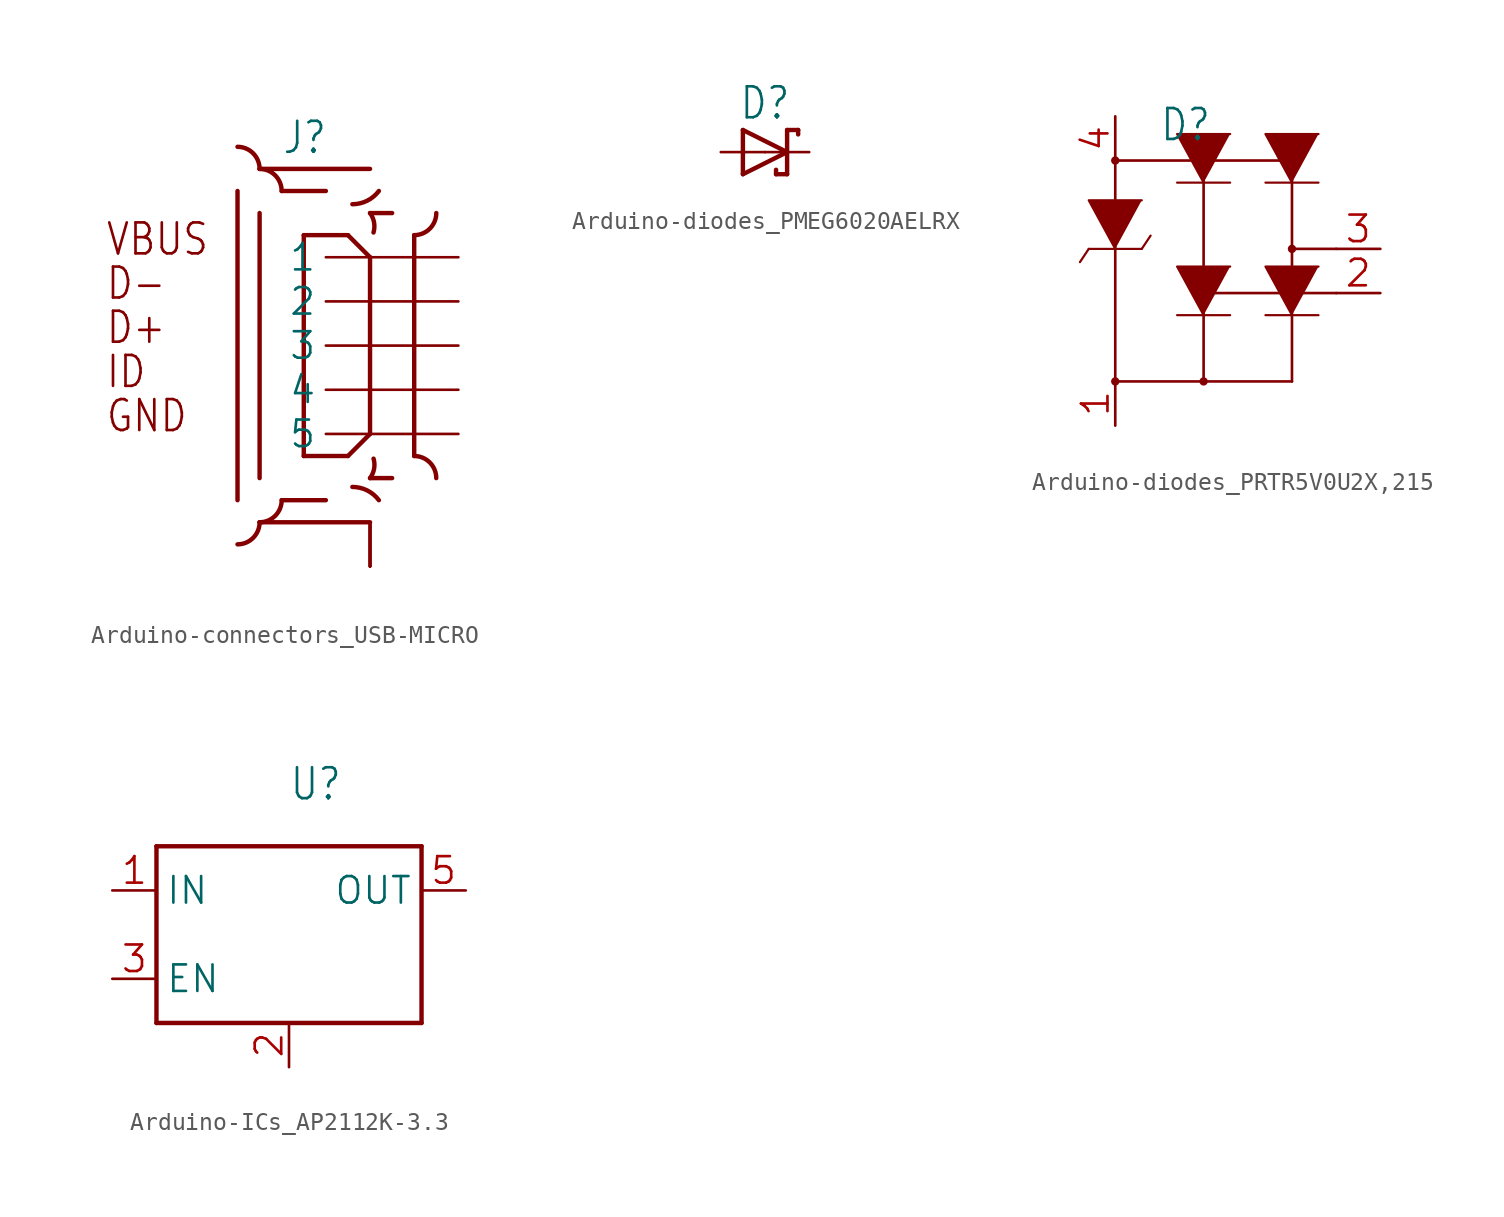
<source format=kicad_sym>
(kicad_symbol_lib
  (version 20241209)
  (generator "kicad_symbol_editor")
  (generator_version "9.0")
  (symbol "Arduino-connectors_USB-MICRO"
    (property "Reference" "J"
      (at -2.54 10.922 0)
      (effects (font (size 1.778 1.511)) (justify left bottom)))
    (property "ki_locked" ""
      (at 0 0 0)
      (effects (font (size 1.27 1.27))))
    (symbol "Arduino-connectors_USB-MICRO_1_0"
      (arc (start -5.08 11.43) (mid -4.182 11.058) (end -3.81 10.16) (stroke (width 0.254) (type solid)) (fill (type none)))
      (arc (start -3.81 -10.16) (mid -4.182 -11.058) (end -5.08 -11.43) (stroke (width 0.254) (type solid)) (fill (type none)))
      (polyline (pts (xy -5.08 -8.89) (xy -5.08 8.89)) (stroke (width 0.254) (type solid)) (fill (type none)))
      (arc (start -3.81 10.16) (mid -2.912 9.788) (end -2.54 8.89) (stroke (width 0.254) (type solid)) (fill (type none)))
      (arc (start -2.54 -8.89) (mid -2.912 -9.788) (end -3.81 -10.16) (stroke (width 0.254) (type solid)) (fill (type none)))
      (polyline (pts (xy -3.81 -7.62) (xy -3.81 7.62)) (stroke (width 0.254) (type solid)) (fill (type none)))
      (polyline (pts (xy -1.27 6.35) (xy 1.27 6.35)) (stroke (width 0.254) (type solid)) (fill (type none)))
      (polyline (pts (xy -1.27 -6.35) (xy -1.27 6.35)) (stroke (width 0.254) (type solid)) (fill (type none)))
      (polyline (pts (xy 0 8.89) (xy -2.54 8.89)) (stroke (width 0.254) (type solid)) (fill (type none)))
      (polyline (pts (xy 0 -8.89) (xy -2.54 -8.89)) (stroke (width 0.254) (type solid)) (fill (type none)))
      (polyline (pts (xy 1.27 6.35) (xy 2.54 5.08)) (stroke (width 0.254) (type solid)) (fill (type none)))
      (polyline (pts (xy 1.27 -6.35) (xy -1.27 -6.35)) (stroke (width 0.254) (type solid)) (fill (type none)))
      (arc (start 2.54 7.62) (mid 2.7735 7.0851) (end 2.7432 6.5023) (stroke (width 0.254) (type solid)) (fill (type none)))
      (arc (start 3.048 8.89) (mid 2.3759 8.3291) (end 1.524 8.128) (stroke (width 0.254) (type solid)) (fill (type none)))
      (arc (start 2.7432 -6.5023) (mid 2.7735 -7.0851) (end 2.54 -7.62) (stroke (width 0.254) (type solid)) (fill (type none)))
      (arc (start 1.524 -8.128) (mid 2.3759 -8.3291) (end 3.048 -8.89) (stroke (width 0.254) (type solid)) (fill (type none)))
      (polyline (pts (xy 2.54 10.16) (xy -3.81 10.16)) (stroke (width 0.254) (type solid)) (fill (type none)))
      (polyline (pts (xy 2.54 5.08) (xy 2.54 -5.08)) (stroke (width 0.254) (type solid)) (fill (type none)))
      (polyline (pts (xy 2.54 -5.08) (xy 1.27 -6.35)) (stroke (width 0.254) (type solid)) (fill (type none)))
      (polyline (pts (xy 2.54 -10.16) (xy -3.81 -10.16)) (stroke (width 0.254) (type solid)) (fill (type none)))
      (polyline (pts (xy 3.81 7.62) (xy 2.54 7.62)) (stroke (width 0.254) (type solid)) (fill (type none)))
      (polyline (pts (xy 3.81 -7.62) (xy 2.54 -7.62)) (stroke (width 0.254) (type solid)) (fill (type none)))
      (arc (start 6.35 7.62) (mid 5.978 6.722) (end 5.08 6.35) (stroke (width 0.254) (type solid)) (fill (type none)))
      (polyline (pts (xy 5.08 6.35) (xy 5.08 -6.35)) (stroke (width 0.254) (type solid)) (fill (type none)))
      (arc (start 5.08 -6.35) (mid 5.978 -6.722) (end 6.35 -7.62) (stroke (width 0.254) (type solid)) (fill (type none)))
      (text "VBUS" (at -12.7 5.08 0) (effects (font (size 1.778 1.511)) (justify left bottom)))
      (text "D-" (at -12.7 2.54 0) (effects (font (size 1.778 1.511)) (justify left bottom)))
      (text "D+" (at -12.7 0 0) (effects (font (size 1.778 1.511)) (justify left bottom)))
      (text "ID" (at -12.7 -2.54 0) (effects (font (size 1.778 1.511)) (justify left bottom)))
      (text "GND" (at -12.7 -5.08 0) (effects (font (size 1.778 1.511)) (justify left bottom)))
      (pin passive line (at 2.54 -12.7 90) (length 2.54) (name "SH" (effects (font (size 0 0)))) (number "10" (effects (font (size 0 0)))))
      (pin passive line (at 2.54 -12.7 90) (length 2.54) (name "SH" (effects (font (size 0 0)))) (number "11" (effects (font (size 0 0)))))
      (pin passive line (at 2.54 -12.7 90) (length 2.54) (name "SH" (effects (font (size 0 0)))) (number "6" (effects (font (size 0 0)))))
      (pin passive line (at 2.54 -12.7 90) (length 2.54) (name "SH" (effects (font (size 0 0)))) (number "7" (effects (font (size 0 0)))))
      (pin passive line (at 2.54 -12.7 90) (length 2.54) (name "SH" (effects (font (size 0 0)))) (number "8" (effects (font (size 0 0)))))
      (pin passive line (at 2.54 -12.7 90) (length 2.54) (name "SH" (effects (font (size 0 0)))) (number "9" (effects (font (size 0 0)))))
      (pin passive line (at 7.62 5.08 180) (length 7.62) (name "1" (effects (font (size 1.524 1.524)))) (number "1" (effects (font (size 0 0)))))
      (pin passive line (at 7.62 2.54 180) (length 7.62) (name "2" (effects (font (size 1.524 1.524)))) (number "2" (effects (font (size 0 0)))))
      (pin passive line (at 7.62 0 180) (length 7.62) (name "3" (effects (font (size 1.524 1.524)))) (number "3" (effects (font (size 0 0)))))
      (pin passive line (at 7.62 -2.54 180) (length 7.62) (name "4" (effects (font (size 1.524 1.524)))) (number "4" (effects (font (size 0 0)))))
      (pin passive line (at 7.62 -5.08 180) (length 7.62) (name "5" (effects (font (size 1.524 1.524)))) (number "5" (effects (font (size 0 0)))))))
  (symbol "Arduino-diodes_PMEG6020AELRX"
    (property "Reference" "D"
      (at 0 1.778 0)
      (effects (font (size 1.778 1.511)) (justify bottom)))
    (property "Value" ""
      (at 0 -1.778 0)
      (effects (font (size 1.778 1.511)) (justify top)))
    (property "ki_locked" ""
      (at 0 0 0)
      (effects (font (size 1.27 1.27))))
    (symbol "Arduino-diodes_PMEG6020AELRX_1_0"
      (polyline (pts (xy -1.27 1.27) (xy -1.27 -1.27)) (stroke (width 0.254) (type solid)) (fill (type none)))
      (polyline (pts (xy -1.27 -1.27) (xy 1.27 0)) (stroke (width 0.254) (type solid)) (fill (type none)))
      (polyline (pts (xy 0.635 -1.016) (xy 0.635 -1.27)) (stroke (width 0.254) (type solid)) (fill (type none)))
      (polyline (pts (xy 1.27 1.27) (xy 1.27 0)) (stroke (width 0.254) (type solid)) (fill (type none)))
      (polyline (pts (xy 1.27 0) (xy -1.27 1.27)) (stroke (width 0.254) (type solid)) (fill (type none)))
      (polyline (pts (xy 1.27 0) (xy 1.27 -1.27)) (stroke (width 0.254) (type solid)) (fill (type none)))
      (polyline (pts (xy 1.27 -1.27) (xy 0.635 -1.27)) (stroke (width 0.254) (type solid)) (fill (type none)))
      (polyline (pts (xy 1.905 1.27) (xy 1.27 1.27)) (stroke (width 0.254) (type solid)) (fill (type none)))
      (polyline (pts (xy 1.905 1.27) (xy 1.905 1.016)) (stroke (width 0.254) (type solid)) (fill (type none)))
      (pin passive line (at -2.54 0 0) (length 2.54) (name "A" (effects (font (size 0 0)))) (number "A" (effects (font (size 0 0)))))
      (pin passive line (at 2.54 0 180) (length 2.54) (name "C" (effects (font (size 0 0)))) (number "C" (effects (font (size 0 0)))))))
  (symbol "Arduino-diodes_PRTR5V0U2X,215"
    (property "Reference" "D"
      (at -2.54 6.096 0)
      (effects (font (size 1.778 1.511)) (justify left bottom)))
    (property "Value" ""
      (at -2.54 -9.652 0)
      (effects (font (size 1.778 1.511)) (justify left bottom)))
    (property "ki_locked" ""
      (at 0 0 0)
      (effects (font (size 1.27 1.27))))
    (symbol "Arduino-diodes_PRTR5V0U2X,215_1_0"
      (polyline (pts (xy -6.604 0) (xy -7.112 -0.762)) (stroke (width 0.127) (type solid)) (fill (type none)))
      (polyline (pts (xy -6.604 0) (xy -3.556 0)) (stroke (width 0.127) (type solid)) (fill (type none)))
      (circle (center -5.08 5.08) (radius 0.102) (stroke (width 0.127) (type solid)) (fill (type none)))
      (circle (center -5.08 5.08) (radius 0.178) (stroke (width 0.127) (type solid)) (fill (type none)))
      (polyline (pts (xy -5.08 5.08) (xy -5.08 -7.62)) (stroke (width 0.152) (type solid)) (fill (type none)))
      (polyline (pts (xy -5.08 5.08) (xy 5.08 5.08)) (stroke (width 0.152) (type solid)) (fill (type none)))
      (polyline (pts (xy -5.08 0) (xy -6.604 2.794) (xy -3.556 2.794)) (stroke (width 0.127) (type solid)) (fill (type outline)))
      (circle (center -5.08 -7.62) (radius 0.102) (stroke (width 0.127) (type solid)) (fill (type none)))
      (circle (center -5.08 -7.62) (radius 0.178) (stroke (width 0.127) (type solid)) (fill (type none)))
      (polyline (pts (xy -5.08 -7.62) (xy 5.08 -7.62)) (stroke (width 0.152) (type solid)) (fill (type none)))
      (polyline (pts (xy -3.048 0.762) (xy -3.556 0)) (stroke (width 0.127) (type solid)) (fill (type none)))
      (polyline (pts (xy -1.524 3.81) (xy 1.524 3.81)) (stroke (width 0.127) (type solid)) (fill (type none)))
      (polyline (pts (xy -1.524 -3.81) (xy 1.524 -3.81)) (stroke (width 0.127) (type solid)) (fill (type none)))
      (circle (center 0 5.08) (radius 0.102) (stroke (width 0.127) (type solid)) (fill (type none)))
      (circle (center 0 5.08) (radius 0.178) (stroke (width 0.127) (type solid)) (fill (type none)))
      (polyline (pts (xy 0 3.81) (xy -1.524 6.604) (xy 1.524 6.604)) (stroke (width 0.127) (type solid)) (fill (type outline)))
      (polyline (pts (xy 0 -2.54) (xy 7.62 -2.54)) (stroke (width 0.152) (type solid)) (fill (type none)))
      (circle (center 0 -2.54) (radius 0.102) (stroke (width 0.127) (type solid)) (fill (type none)))
      (circle (center 0 -2.54) (radius 0.178) (stroke (width 0.127) (type solid)) (fill (type none)))
      (polyline (pts (xy 0 -3.81) (xy -1.524 -1.016) (xy 1.524 -1.016)) (stroke (width 0.127) (type solid)) (fill (type outline)))
      (polyline (pts (xy 0 -7.62) (xy 0 5.08)) (stroke (width 0.152) (type solid)) (fill (type none)))
      (circle (center 0 -7.62) (radius 0.102) (stroke (width 0.127) (type solid)) (fill (type none)))
      (circle (center 0 -7.62) (radius 0.178) (stroke (width 0.127) (type solid)) (fill (type none)))
      (polyline (pts (xy 3.556 3.81) (xy 6.604 3.81)) (stroke (width 0.127) (type solid)) (fill (type none)))
      (polyline (pts (xy 3.556 -3.81) (xy 6.604 -3.81)) (stroke (width 0.127) (type solid)) (fill (type none)))
      (polyline (pts (xy 5.08 3.81) (xy 3.556 6.604) (xy 6.604 6.604)) (stroke (width 0.127) (type solid)) (fill (type outline)))
      (polyline (pts (xy 5.08 0) (xy 7.62 0)) (stroke (width 0.152) (type solid)) (fill (type none)))
      (circle (center 5.08 0) (radius 0.102) (stroke (width 0.127) (type solid)) (fill (type none)))
      (circle (center 5.08 0) (radius 0.178) (stroke (width 0.127) (type solid)) (fill (type none)))
      (polyline (pts (xy 5.08 -3.81) (xy 3.556 -1.016) (xy 6.604 -1.016)) (stroke (width 0.127) (type solid)) (fill (type outline)))
      (polyline (pts (xy 5.08 -7.62) (xy 5.08 5.08)) (stroke (width 0.152) (type solid)) (fill (type none)))
      (pin passive line (at -5.08 7.62 270) (length 2.54) (name "4" (effects (font (size 0 0)))) (number "4" (effects (font (size 1.524 1.524)))))
      (pin passive line (at -5.08 -10.16 90) (length 2.54) (name "1" (effects (font (size 0 0)))) (number "1" (effects (font (size 1.524 1.524)))))
      (pin passive line (at 10.16 0 180) (length 2.54) (name "3" (effects (font (size 0 0)))) (number "3" (effects (font (size 1.524 1.524)))))
      (pin passive line (at 10.16 -2.54 180) (length 2.54) (name "2" (effects (font (size 0 0)))) (number "2" (effects (font (size 1.524 1.524)))))))
  (symbol "Arduino-ICs_AP2112K-3.3"
    (property "Reference" "U"
      (at 0 7.62 0)
      (effects (font (size 1.778 1.511)) (justify left bottom)))
    (property "Value" ""
      (at 1.27 -7.62 0)
      (effects (font (size 1.778 1.511)) (justify left bottom)))
    (property "ki_locked" ""
      (at 0 0 0)
      (effects (font (size 1.27 1.27))))
    (symbol "Arduino-ICs_AP2112K-3.3_1_0"
      (polyline (pts (xy -7.62 5.08) (xy 7.62 5.08)) (stroke (width 0.254) (type solid)) (fill (type none)))
      (polyline (pts (xy -7.62 -5.08) (xy -7.62 5.08)) (stroke (width 0.254) (type solid)) (fill (type none)))
      (polyline (pts (xy 7.62 5.08) (xy 7.62 -5.08)) (stroke (width 0.254) (type solid)) (fill (type none)))
      (polyline (pts (xy 7.62 -5.08) (xy -7.62 -5.08)) (stroke (width 0.254) (type solid)) (fill (type none)))
      (pin power_in line (at -10.16 2.54 0) (length 2.54) (name "IN" (effects (font (size 1.524 1.524)))) (number "1" (effects (font (size 1.524 1.524)))))
      (pin input line (at -10.16 -2.54 0) (length 2.54) (name "EN" (effects (font (size 1.524 1.524)))) (number "3" (effects (font (size 1.524 1.524)))))
      (pin power_in line (at 0 -7.62 90) (length 2.54) (name "GND/ADJ" (effects (font (size 0 0)))) (number "2" (effects (font (size 1.524 1.524)))))
      (pin power_in line (at 10.16 2.54 180) (length 2.54) (name "OUT" (effects (font (size 1.524 1.524)))) (number "5" (effects (font (size 1.524 1.524))))))))
</source>
